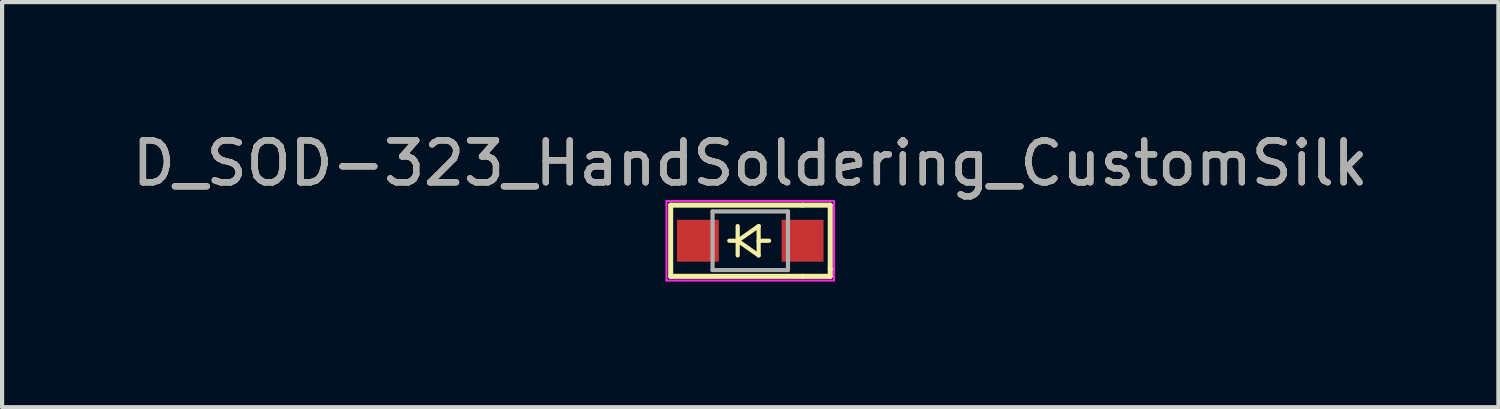
<source format=kicad_pcb>
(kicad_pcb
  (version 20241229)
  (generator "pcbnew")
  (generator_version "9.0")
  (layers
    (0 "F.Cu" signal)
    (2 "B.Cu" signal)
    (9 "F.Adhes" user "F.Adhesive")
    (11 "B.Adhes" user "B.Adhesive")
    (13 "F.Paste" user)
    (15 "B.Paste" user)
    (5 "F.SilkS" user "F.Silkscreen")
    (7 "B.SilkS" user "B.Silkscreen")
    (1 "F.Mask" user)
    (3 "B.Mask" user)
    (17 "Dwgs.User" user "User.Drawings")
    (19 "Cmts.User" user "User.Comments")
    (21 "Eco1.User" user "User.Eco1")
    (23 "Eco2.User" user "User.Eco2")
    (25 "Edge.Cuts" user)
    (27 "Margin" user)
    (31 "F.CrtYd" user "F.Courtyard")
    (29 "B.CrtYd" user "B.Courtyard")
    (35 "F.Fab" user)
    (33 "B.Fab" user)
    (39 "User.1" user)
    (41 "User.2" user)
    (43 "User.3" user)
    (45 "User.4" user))
  (footprint "D_SOD-323_HandSoldering_CustomSilk"
    (layer "F.Cu")
    (at 14.863 2.698)
    (property "Reference" "D_SOD-323_HandSoldering_CustomSilk" (at 0 -1.85 0) (layer "F.SilkS") (effects (font (size 1 1) (thickness 0.15))))
    (attr smd)
    (fp_line (start -1.9 -0.85) (end -1.9 0.85) (stroke (width 0.12) (type solid)) (layer "F.SilkS"))
    (fp_line (start -1.9 -0.85) (end 1.25 -0.85) (stroke (width 0.12) (type solid)) (layer "F.SilkS"))
    (fp_line (start -1.9 0.85) (end 1.25 0.85) (stroke (width 0.12) (type solid)) (layer "F.SilkS"))
    (fp_line (start -0.3 -0.35) (end -0.3 0.35) (stroke (width 0.1) (type solid)) (layer "F.SilkS"))
    (fp_line (start -0.3 0) (end -0.5 0) (stroke (width 0.1) (type solid)) (layer "F.SilkS"))
    (fp_line (start -0.3 0) (end 0.2 -0.35) (stroke (width 0.1) (type solid)) (layer "F.SilkS"))
    (fp_line (start 0.2 -0.35) (end 0.2 0.35) (stroke (width 0.1) (type solid)) (layer "F.SilkS"))
    (fp_line (start 0.2 0) (end 0.45 0) (stroke (width 0.1) (type solid)) (layer "F.SilkS"))
    (fp_line (start 0.2 0.35) (end -0.3 0) (stroke (width 0.1) (type solid)) (layer "F.SilkS"))
    (fp_line (start 1.25 -0.85) (end 1.91 -0.85) (stroke (width 0.12) (type solid)) (layer "F.SilkS"))
    (fp_line (start 1.25 0.85) (end 1.91 0.85) (stroke (width 0.12) (type solid)) (layer "F.SilkS"))
    (fp_line (start 1.91 -0.85) (end 1.91 0.674) (stroke (width 0.12) (type solid)) (layer "F.SilkS"))
    (fp_line (start 1.91 0.85) (end 1.91 0.674) (stroke (width 0.12) (type solid)) (layer "F.SilkS"))
    (fp_line (start -2 -0.95) (end -2 0.95) (stroke (width 0.05) (type solid)) (layer "F.CrtYd"))
    (fp_line (start -2 -0.95) (end 2 -0.95) (stroke (width 0.05) (type solid)) (layer "F.CrtYd"))
    (fp_line (start -2 0.95) (end 2 0.95) (stroke (width 0.05) (type solid)) (layer "F.CrtYd"))
    (fp_line (start 2 -0.95) (end 2 0.95) (stroke (width 0.05) (type solid)) (layer "F.CrtYd"))
    (fp_line (start -0.9 -0.7) (end 0.9 -0.7) (stroke (width 0.1) (type solid)) (layer "F.Fab"))
    (fp_line (start -0.9 0.7) (end -0.9 -0.7) (stroke (width 0.1) (type solid)) (layer "F.Fab"))
    (fp_line (start 0.9 -0.7) (end 0.9 0.7) (stroke (width 0.1) (type solid)) (layer "F.Fab"))
    (fp_line (start 0.9 0.7) (end -0.9 0.7) (stroke (width 0.1) (type solid)) (layer "F.Fab"))
    (fp_text user "${REFERENCE}" (at 0 -1.85 0) (layer "F.Fab") (effects (font (size 1 1) (thickness 0.15))))
    (pad "1" smd rect (at -1.25 0) (size 1 1) (layers "F.Cu" "F.Mask" "F.Paste"))
    (pad "2" smd rect (at 1.25 0) (size 1 1) (layers "F.Cu" "F.Mask" "F.Paste")))
  (gr_rect
    (start -3 -3)
    (end 32.726 6.673)
    (stroke (width 0.1) (type default))
    (fill no)
    (layer "Edge.Cuts")))
</source>
